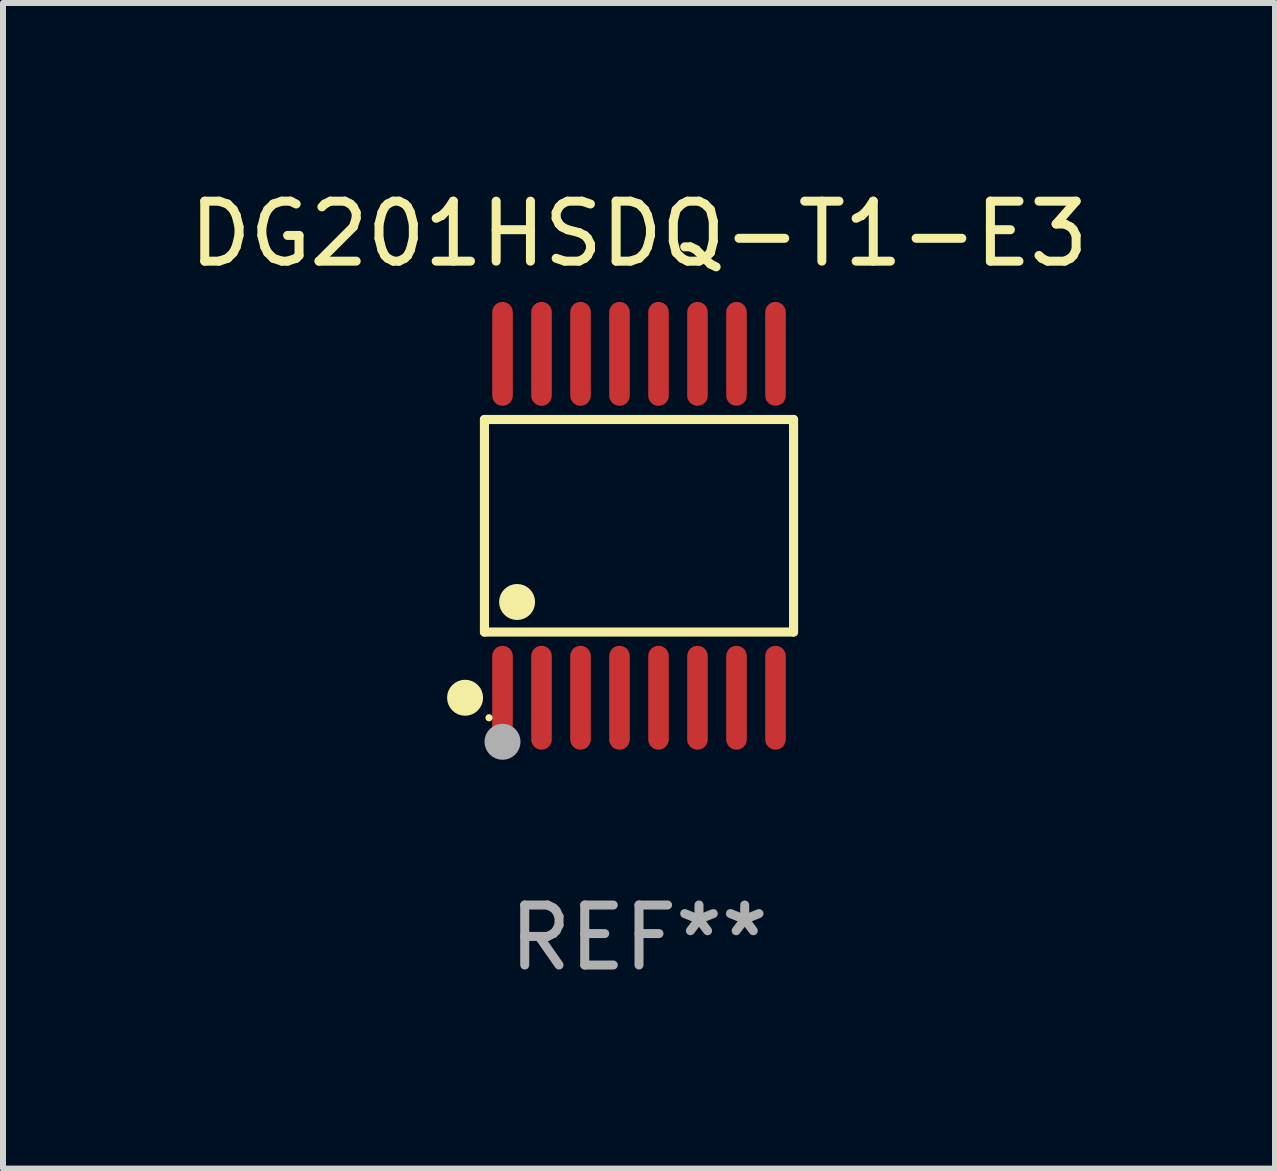
<source format=kicad_pcb>
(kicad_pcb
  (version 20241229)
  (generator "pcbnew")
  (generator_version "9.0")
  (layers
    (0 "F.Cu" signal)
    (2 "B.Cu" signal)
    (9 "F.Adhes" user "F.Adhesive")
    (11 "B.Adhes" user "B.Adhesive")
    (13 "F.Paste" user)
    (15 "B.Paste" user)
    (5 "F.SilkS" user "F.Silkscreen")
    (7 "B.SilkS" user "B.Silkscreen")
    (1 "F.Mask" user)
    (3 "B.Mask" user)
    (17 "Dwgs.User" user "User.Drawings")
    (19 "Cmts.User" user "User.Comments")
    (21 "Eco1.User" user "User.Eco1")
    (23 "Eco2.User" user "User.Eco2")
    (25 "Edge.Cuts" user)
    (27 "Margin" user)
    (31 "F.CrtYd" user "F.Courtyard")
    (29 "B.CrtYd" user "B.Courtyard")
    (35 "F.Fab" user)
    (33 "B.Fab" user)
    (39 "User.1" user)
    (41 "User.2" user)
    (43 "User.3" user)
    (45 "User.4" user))
  (footprint "DG201HSDQ-T1-E3"
    (layer "F.Cu")
    (at 7.601 5.714)
    (property "Reference" "DG201HSDQ-T1-E3" (at 0 -4.866 0) (layer "F.SilkS") (effects (font (size 1 1) (thickness 0.15))))
    (attr through_hole)
    (fp_line (start -2.576 -1.772) (end 2.576 -1.772) (stroke (width 0.152) (type solid)) (layer "F.SilkS"))
    (fp_line (start -2.576 1.771) (end -2.576 -1.772) (stroke (width 0.152) (type solid)) (layer "F.SilkS"))
    (fp_line (start 2.576 -1.772) (end 2.576 1.771) (stroke (width 0.152) (type solid)) (layer "F.SilkS"))
    (fp_line (start 2.576 1.771) (end -2.576 1.771) (stroke (width 0.152) (type solid)) (layer "F.SilkS"))
    (fp_circle (center -2.899 2.866) (end -2.749 2.866) (stroke (width 0.3) (type solid)) (fill no) (layer "F.SilkS"))
    (fp_circle (center -2.5 3.2) (end -2.47 3.2) (stroke (width 0.06) (type solid)) (fill no) (layer "F.SilkS"))
    (fp_circle (center -2.032 1.27) (end -1.882 1.27) (stroke (width 0.3) (type solid)) (fill no) (layer "F.SilkS"))
    (fp_circle (center -2.275 3.6) (end -2.125 3.6) (stroke (width 0.3) (type solid)) (fill no) (layer "F.Fab"))
    (fp_text user "REF**" (at 0 6.866 0) (layer "F.Fab") (effects (font (size 1 1) (thickness 0.15))))
    (pad "1" smd oval (at -2.275 2.866) (size 0.343 1.731) (layers "F.Cu" "F.Mask" "F.Paste"))
    (pad "2" smd oval (at -1.625 2.866) (size 0.343 1.731) (layers "F.Cu" "F.Mask" "F.Paste"))
    (pad "3" smd oval (at -0.975 2.866) (size 0.343 1.731) (layers "F.Cu" "F.Mask" "F.Paste"))
    (pad "4" smd oval (at -0.325 2.866) (size 0.343 1.731) (layers "F.Cu" "F.Mask" "F.Paste"))
    (pad "5" smd oval (at 0.325 2.866) (size 0.343 1.731) (layers "F.Cu" "F.Mask" "F.Paste"))
    (pad "6" smd oval (at 0.975 2.866) (size 0.343 1.731) (layers "F.Cu" "F.Mask" "F.Paste"))
    (pad "7" smd oval (at 1.625 2.866) (size 0.343 1.731) (layers "F.Cu" "F.Mask" "F.Paste"))
    (pad "8" smd oval (at 2.275 2.866) (size 0.343 1.731) (layers "F.Cu" "F.Mask" "F.Paste"))
    (pad "9" smd oval (at 2.275 -2.866) (size 0.343 1.731) (layers "F.Cu" "F.Mask" "F.Paste"))
    (pad "10" smd oval (at 1.625 -2.866) (size 0.343 1.731) (layers "F.Cu" "F.Mask" "F.Paste"))
    (pad "11" smd oval (at 0.975 -2.866) (size 0.343 1.731) (layers "F.Cu" "F.Mask" "F.Paste"))
    (pad "12" smd oval (at 0.325 -2.866) (size 0.343 1.731) (layers "F.Cu" "F.Mask" "F.Paste"))
    (pad "13" smd oval (at -0.325 -2.866) (size 0.343 1.731) (layers "F.Cu" "F.Mask" "F.Paste"))
    (pad "14" smd oval (at -0.975 -2.866) (size 0.343 1.731) (layers "F.Cu" "F.Mask" "F.Paste"))
    (pad "15" smd oval (at -1.625 -2.866) (size 0.343 1.731) (layers "F.Cu" "F.Mask" "F.Paste"))
    (pad "16" smd oval (at -2.275 -2.866) (size 0.343 1.731) (layers "F.Cu" "F.Mask" "F.Paste")))
  (gr_rect
    (start -3 -3)
    (end 18.202 16.428)
    (stroke (width 0.1) (type default))
    (fill no)
    (layer "Edge.Cuts")))
</source>
